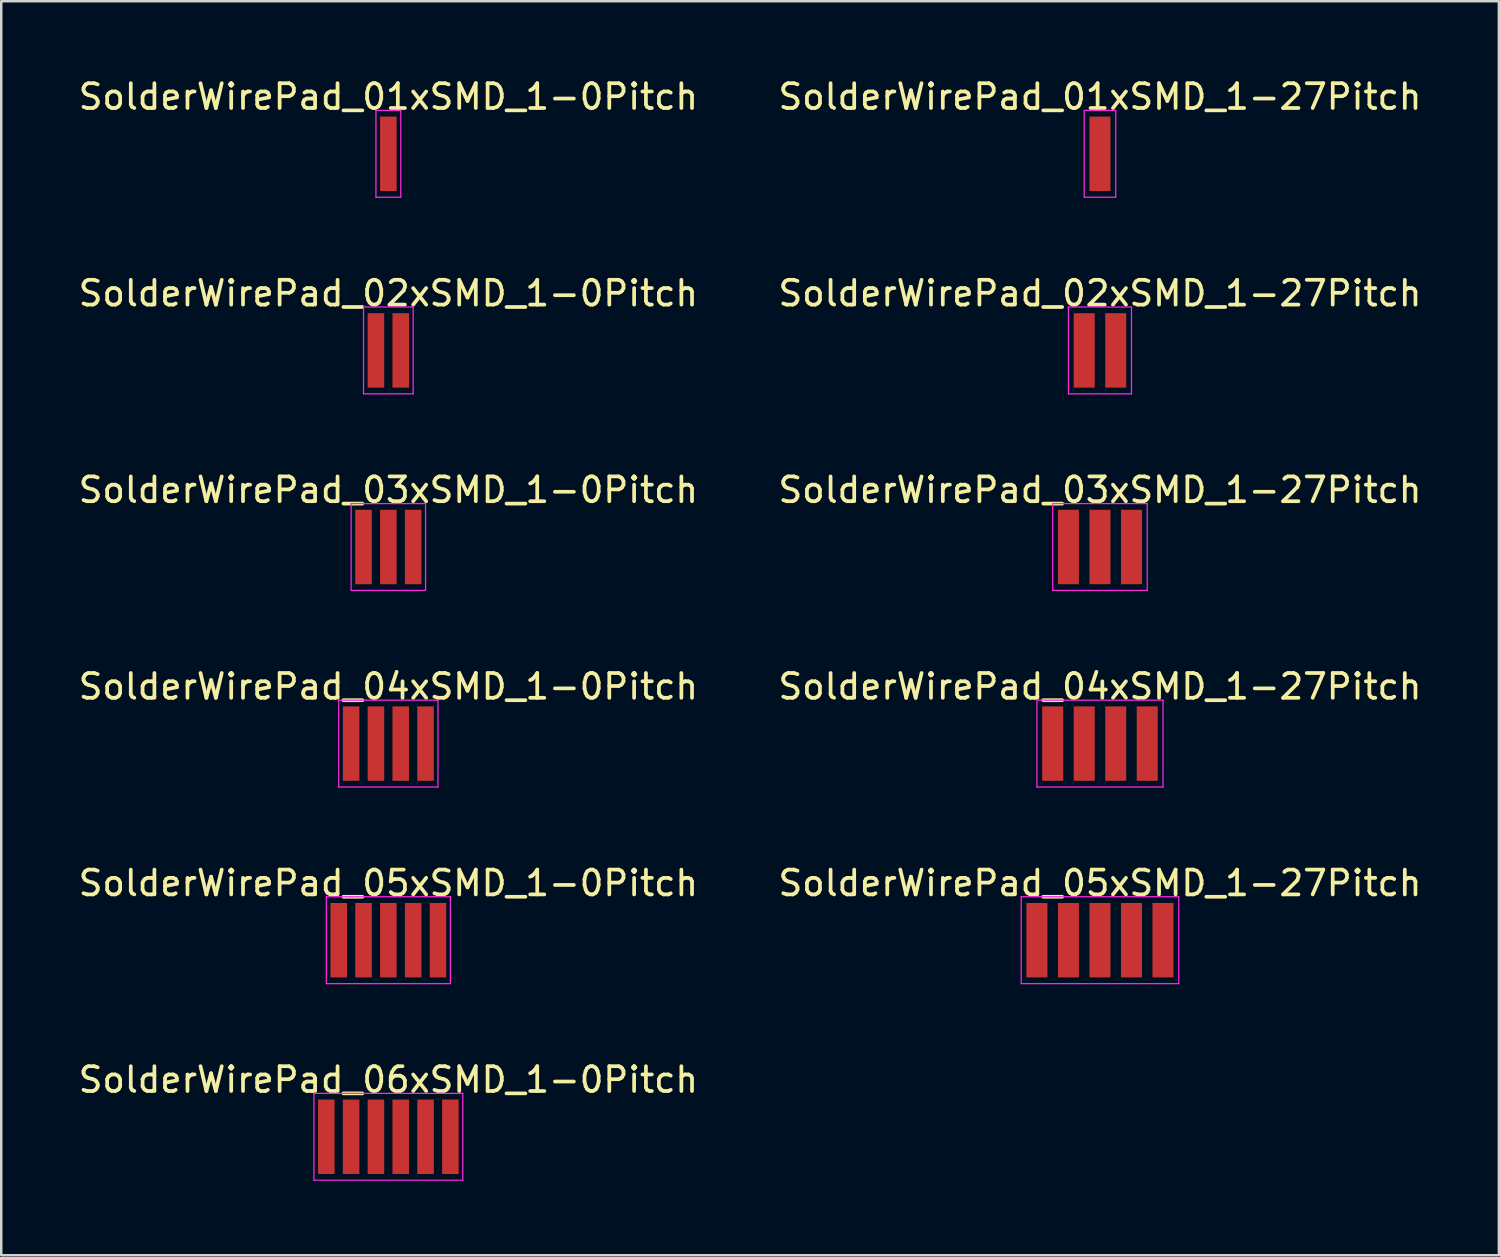
<source format=kicad_pcb>
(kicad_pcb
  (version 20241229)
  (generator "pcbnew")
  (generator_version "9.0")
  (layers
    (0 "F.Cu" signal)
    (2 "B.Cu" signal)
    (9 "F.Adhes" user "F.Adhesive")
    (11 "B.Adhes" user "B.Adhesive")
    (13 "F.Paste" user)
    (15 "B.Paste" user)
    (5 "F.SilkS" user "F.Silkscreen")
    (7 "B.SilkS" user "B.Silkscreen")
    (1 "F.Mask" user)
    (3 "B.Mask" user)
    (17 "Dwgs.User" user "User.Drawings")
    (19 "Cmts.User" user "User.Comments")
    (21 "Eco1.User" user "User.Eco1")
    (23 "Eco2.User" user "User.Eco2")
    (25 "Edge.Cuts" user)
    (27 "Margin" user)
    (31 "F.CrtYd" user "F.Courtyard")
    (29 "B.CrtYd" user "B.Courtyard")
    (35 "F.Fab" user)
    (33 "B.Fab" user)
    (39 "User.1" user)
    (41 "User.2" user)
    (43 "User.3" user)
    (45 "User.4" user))
  (footprint "SolderWirePad_03xSMD_1-27Pitch"
    (layer "F.Cu")
    (at 41.28 18.995)
    (property "Reference" "SolderWirePad_03xSMD_1-27Pitch" (at 0 -2.3 0) (layer "F.SilkS") (effects (font (size 1 1) (thickness 0.15))))
    (attr through_hole)
    (fp_line (start -1.905 -1.75) (end 1.905 -1.75) (stroke (width 0.05) (type solid)) (layer "F.CrtYd"))
    (fp_line (start -1.905 1.75) (end -1.905 -1.75) (stroke (width 0.05) (type solid)) (layer "F.CrtYd"))
    (fp_line (start 1.905 -1.75) (end 1.905 1.75) (stroke (width 0.05) (type solid)) (layer "F.CrtYd"))
    (fp_line (start 1.905 1.75) (end -1.905 1.75) (stroke (width 0.05) (type solid)) (layer "F.CrtYd"))
    (pad "1" smd rect (at -1.27 0) (size 0.847 3) (layers "F.Cu" "F.Mask" "F.Paste"))
    (pad "2" smd rect (at 0 0) (size 0.847 3) (layers "F.Cu" "F.Mask" "F.Paste"))
    (pad "3" smd rect (at 1.27 0) (size 0.847 3) (layers "F.Cu" "F.Mask" "F.Paste")))
  (footprint "SolderWirePad_02xSMD_1-27Pitch"
    (layer "F.Cu")
    (at 41.28 11.072)
    (property "Reference" "SolderWirePad_02xSMD_1-27Pitch" (at 0 -2.3 0) (layer "F.SilkS") (effects (font (size 1 1) (thickness 0.15))))
    (attr through_hole)
    (fp_line (start -1.27 -1.75) (end 1.27 -1.75) (stroke (width 0.05) (type solid)) (layer "F.CrtYd"))
    (fp_line (start -1.27 1.75) (end -1.27 -1.75) (stroke (width 0.05) (type solid)) (layer "F.CrtYd"))
    (fp_line (start 1.27 -1.75) (end 1.27 1.75) (stroke (width 0.05) (type solid)) (layer "F.CrtYd"))
    (fp_line (start 1.27 1.75) (end -1.27 1.75) (stroke (width 0.05) (type solid)) (layer "F.CrtYd"))
    (pad "1" smd rect (at -0.635 0) (size 0.847 3) (layers "F.Cu" "F.Mask" "F.Paste"))
    (pad "2" smd rect (at 0.635 0) (size 0.847 3) (layers "F.Cu" "F.Mask" "F.Paste")))
  (footprint "SolderWirePad_05xSMD_1-0Pitch"
    (layer "F.Cu")
    (at 12.601 34.841)
    (property "Reference" "SolderWirePad_05xSMD_1-0Pitch" (at 0 -2.3 0) (layer "F.SilkS") (effects (font (size 1 1) (thickness 0.15))))
    (attr through_hole)
    (fp_line (start -2.5 -1.75) (end 2.5 -1.75) (stroke (width 0.05) (type solid)) (layer "F.CrtYd"))
    (fp_line (start -2.5 1.75) (end -2.5 -1.75) (stroke (width 0.05) (type solid)) (layer "F.CrtYd"))
    (fp_line (start 2.5 -1.75) (end 2.5 1.75) (stroke (width 0.05) (type solid)) (layer "F.CrtYd"))
    (fp_line (start 2.5 1.75) (end -2.5 1.75) (stroke (width 0.05) (type solid)) (layer "F.CrtYd"))
    (pad "1" smd rect (at -2 0) (size 0.667 3) (layers "F.Cu" "F.Mask" "F.Paste"))
    (pad "2" smd rect (at -1 0) (size 0.667 3) (layers "F.Cu" "F.Mask" "F.Paste"))
    (pad "3" smd rect (at 0 0) (size 0.667 3) (layers "F.Cu" "F.Mask" "F.Paste"))
    (pad "4" smd rect (at 1 0) (size 0.667 3) (layers "F.Cu" "F.Mask" "F.Paste"))
    (pad "5" smd rect (at 2 0) (size 0.667 3) (layers "F.Cu" "F.Mask" "F.Paste")))
  (footprint "SolderWirePad_01xSMD_1-27Pitch"
    (layer "F.Cu")
    (at 41.28 3.148)
    (property "Reference" "SolderWirePad_01xSMD_1-27Pitch" (at 0 -2.3 0) (layer "F.SilkS") (effects (font (size 1 1) (thickness 0.15))))
    (attr through_hole)
    (fp_line (start -0.635 -1.75) (end 0.635 -1.75) (stroke (width 0.05) (type solid)) (layer "F.CrtYd"))
    (fp_line (start -0.635 1.75) (end -0.635 -1.75) (stroke (width 0.05) (type solid)) (layer "F.CrtYd"))
    (fp_line (start 0.635 -1.75) (end 0.635 1.75) (stroke (width 0.05) (type solid)) (layer "F.CrtYd"))
    (fp_line (start 0.635 1.75) (end -0.635 1.75) (stroke (width 0.05) (type solid)) (layer "F.CrtYd"))
    (pad "1" smd rect (at 0 0) (size 0.847 3) (layers "F.Cu" "F.Mask" "F.Paste")))
  (footprint "SolderWirePad_04xSMD_1-27Pitch"
    (layer "F.Cu")
    (at 41.28 26.918)
    (property "Reference" "SolderWirePad_04xSMD_1-27Pitch" (at 0 -2.3 0) (layer "F.SilkS") (effects (font (size 1 1) (thickness 0.15))))
    (attr through_hole)
    (fp_line (start -2.54 -1.75) (end 2.54 -1.75) (stroke (width 0.05) (type solid)) (layer "F.CrtYd"))
    (fp_line (start -2.54 1.75) (end -2.54 -1.75) (stroke (width 0.05) (type solid)) (layer "F.CrtYd"))
    (fp_line (start 2.54 -1.75) (end 2.54 1.75) (stroke (width 0.05) (type solid)) (layer "F.CrtYd"))
    (fp_line (start 2.54 1.75) (end -2.54 1.75) (stroke (width 0.05) (type solid)) (layer "F.CrtYd"))
    (pad "1" smd rect (at -1.905 0) (size 0.847 3) (layers "F.Cu" "F.Mask" "F.Paste"))
    (pad "2" smd rect (at -0.635 0) (size 0.847 3) (layers "F.Cu" "F.Mask" "F.Paste"))
    (pad "3" smd rect (at 0.635 0) (size 0.847 3) (layers "F.Cu" "F.Mask" "F.Paste"))
    (pad "4" smd rect (at 1.905 0) (size 0.847 3) (layers "F.Cu" "F.Mask" "F.Paste")))
  (footprint "SolderWirePad_04xSMD_1-0Pitch"
    (layer "F.Cu")
    (at 12.601 26.918)
    (property "Reference" "SolderWirePad_04xSMD_1-0Pitch" (at 0 -2.3 0) (layer "F.SilkS") (effects (font (size 1 1) (thickness 0.15))))
    (attr through_hole)
    (fp_line (start -2 -1.75) (end 2 -1.75) (stroke (width 0.05) (type solid)) (layer "F.CrtYd"))
    (fp_line (start -2 1.75) (end -2 -1.75) (stroke (width 0.05) (type solid)) (layer "F.CrtYd"))
    (fp_line (start 2 -1.75) (end 2 1.75) (stroke (width 0.05) (type solid)) (layer "F.CrtYd"))
    (fp_line (start 2 1.75) (end -2 1.75) (stroke (width 0.05) (type solid)) (layer "F.CrtYd"))
    (pad "1" smd rect (at -1.5 0) (size 0.667 3) (layers "F.Cu" "F.Mask" "F.Paste"))
    (pad "2" smd rect (at -0.5 0) (size 0.667 3) (layers "F.Cu" "F.Mask" "F.Paste"))
    (pad "3" smd rect (at 0.5 0) (size 0.667 3) (layers "F.Cu" "F.Mask" "F.Paste"))
    (pad "4" smd rect (at 1.5 0) (size 0.667 3) (layers "F.Cu" "F.Mask" "F.Paste")))
  (footprint "SolderWirePad_05xSMD_1-27Pitch"
    (layer "F.Cu")
    (at 41.28 34.841)
    (property "Reference" "SolderWirePad_05xSMD_1-27Pitch" (at 0 -2.3 0) (layer "F.SilkS") (effects (font (size 1 1) (thickness 0.15))))
    (attr through_hole)
    (fp_line (start -3.175 -1.75) (end 3.175 -1.75) (stroke (width 0.05) (type solid)) (layer "F.CrtYd"))
    (fp_line (start -3.175 1.75) (end -3.175 -1.75) (stroke (width 0.05) (type solid)) (layer "F.CrtYd"))
    (fp_line (start 3.175 -1.75) (end 3.175 1.75) (stroke (width 0.05) (type solid)) (layer "F.CrtYd"))
    (fp_line (start 3.175 1.75) (end -3.175 1.75) (stroke (width 0.05) (type solid)) (layer "F.CrtYd"))
    (pad "1" smd rect (at -2.54 0) (size 0.847 3) (layers "F.Cu" "F.Mask" "F.Paste"))
    (pad "2" smd rect (at -1.27 0) (size 0.847 3) (layers "F.Cu" "F.Mask" "F.Paste"))
    (pad "3" smd rect (at 0 0) (size 0.847 3) (layers "F.Cu" "F.Mask" "F.Paste"))
    (pad "4" smd rect (at 1.27 0) (size 0.847 3) (layers "F.Cu" "F.Mask" "F.Paste"))
    (pad "5" smd rect (at 2.54 0) (size 0.847 3) (layers "F.Cu" "F.Mask" "F.Paste")))
  (footprint "SolderWirePad_06xSMD_1-0Pitch"
    (layer "F.Cu")
    (at 12.601 42.764)
    (property "Reference" "SolderWirePad_06xSMD_1-0Pitch" (at 0 -2.3 0) (layer "F.SilkS") (effects (font (size 1 1) (thickness 0.15))))
    (attr through_hole)
    (fp_line (start -3 -1.75) (end 3 -1.75) (stroke (width 0.05) (type solid)) (layer "F.CrtYd"))
    (fp_line (start -3 1.75) (end -3 -1.75) (stroke (width 0.05) (type solid)) (layer "F.CrtYd"))
    (fp_line (start 3 -1.75) (end 3 1.75) (stroke (width 0.05) (type solid)) (layer "F.CrtYd"))
    (fp_line (start 3 1.75) (end -3 1.75) (stroke (width 0.05) (type solid)) (layer "F.CrtYd"))
    (pad "1" smd rect (at -2.5 0) (size 0.667 3) (layers "F.Cu" "F.Mask" "F.Paste"))
    (pad "2" smd rect (at -1.5 0) (size 0.667 3) (layers "F.Cu" "F.Mask" "F.Paste"))
    (pad "3" smd rect (at -0.5 0) (size 0.667 3) (layers "F.Cu" "F.Mask" "F.Paste"))
    (pad "4" smd rect (at 0.5 0) (size 0.667 3) (layers "F.Cu" "F.Mask" "F.Paste"))
    (pad "5" smd rect (at 1.5 0) (size 0.667 3) (layers "F.Cu" "F.Mask" "F.Paste"))
    (pad "6" smd rect (at 2.5 0) (size 0.667 3) (layers "F.Cu" "F.Mask" "F.Paste")))
  (footprint "SolderWirePad_01xSMD_1-0Pitch"
    (layer "F.Cu")
    (at 12.601 3.148)
    (property "Reference" "SolderWirePad_01xSMD_1-0Pitch" (at 0 -2.3 0) (layer "F.SilkS") (effects (font (size 1 1) (thickness 0.15))))
    (attr through_hole)
    (fp_line (start -0.5 -1.75) (end 0.5 -1.75) (stroke (width 0.05) (type solid)) (layer "F.CrtYd"))
    (fp_line (start -0.5 1.75) (end -0.5 -1.75) (stroke (width 0.05) (type solid)) (layer "F.CrtYd"))
    (fp_line (start 0.5 -1.75) (end 0.5 1.75) (stroke (width 0.05) (type solid)) (layer "F.CrtYd"))
    (fp_line (start 0.5 1.75) (end -0.5 1.75) (stroke (width 0.05) (type solid)) (layer "F.CrtYd"))
    (pad "1" smd rect (at 0 0) (size 0.667 3) (layers "F.Cu" "F.Mask" "F.Paste")))
  (footprint "SolderWirePad_02xSMD_1-0Pitch"
    (layer "F.Cu")
    (at 12.601 11.072)
    (property "Reference" "SolderWirePad_02xSMD_1-0Pitch" (at 0 -2.3 0) (layer "F.SilkS") (effects (font (size 1 1) (thickness 0.15))))
    (attr through_hole)
    (fp_line (start -1 -1.75) (end 1 -1.75) (stroke (width 0.05) (type solid)) (layer "F.CrtYd"))
    (fp_line (start -1 1.75) (end -1 -1.75) (stroke (width 0.05) (type solid)) (layer "F.CrtYd"))
    (fp_line (start 1 -1.75) (end 1 1.75) (stroke (width 0.05) (type solid)) (layer "F.CrtYd"))
    (fp_line (start 1 1.75) (end -1 1.75) (stroke (width 0.05) (type solid)) (layer "F.CrtYd"))
    (pad "1" smd rect (at -0.5 0) (size 0.667 3) (layers "F.Cu" "F.Mask" "F.Paste"))
    (pad "2" smd rect (at 0.5 0) (size 0.667 3) (layers "F.Cu" "F.Mask" "F.Paste")))
  (footprint "SolderWirePad_03xSMD_1-0Pitch"
    (layer "F.Cu")
    (at 12.601 18.995)
    (property "Reference" "SolderWirePad_03xSMD_1-0Pitch" (at 0 -2.3 0) (layer "F.SilkS") (effects (font (size 1 1) (thickness 0.15))))
    (attr through_hole)
    (fp_line (start -1.5 -1.75) (end 1.5 -1.75) (stroke (width 0.05) (type solid)) (layer "F.CrtYd"))
    (fp_line (start -1.5 1.75) (end -1.5 -1.75) (stroke (width 0.05) (type solid)) (layer "F.CrtYd"))
    (fp_line (start 1.5 -1.75) (end 1.5 1.75) (stroke (width 0.05) (type solid)) (layer "F.CrtYd"))
    (fp_line (start 1.5 1.75) (end -1.5 1.75) (stroke (width 0.05) (type solid)) (layer "F.CrtYd"))
    (pad "1" smd rect (at -1 0) (size 0.667 3) (layers "F.Cu" "F.Mask" "F.Paste"))
    (pad "2" smd rect (at 0 0) (size 0.667 3) (layers "F.Cu" "F.Mask" "F.Paste"))
    (pad "3" smd rect (at 1 0) (size 0.667 3) (layers "F.Cu" "F.Mask" "F.Paste")))
  (gr_rect
    (start -3 -3)
    (end 57.357 47.539)
    (stroke (width 0.1) (type default))
    (fill no)
    (layer "Edge.Cuts")))
</source>
